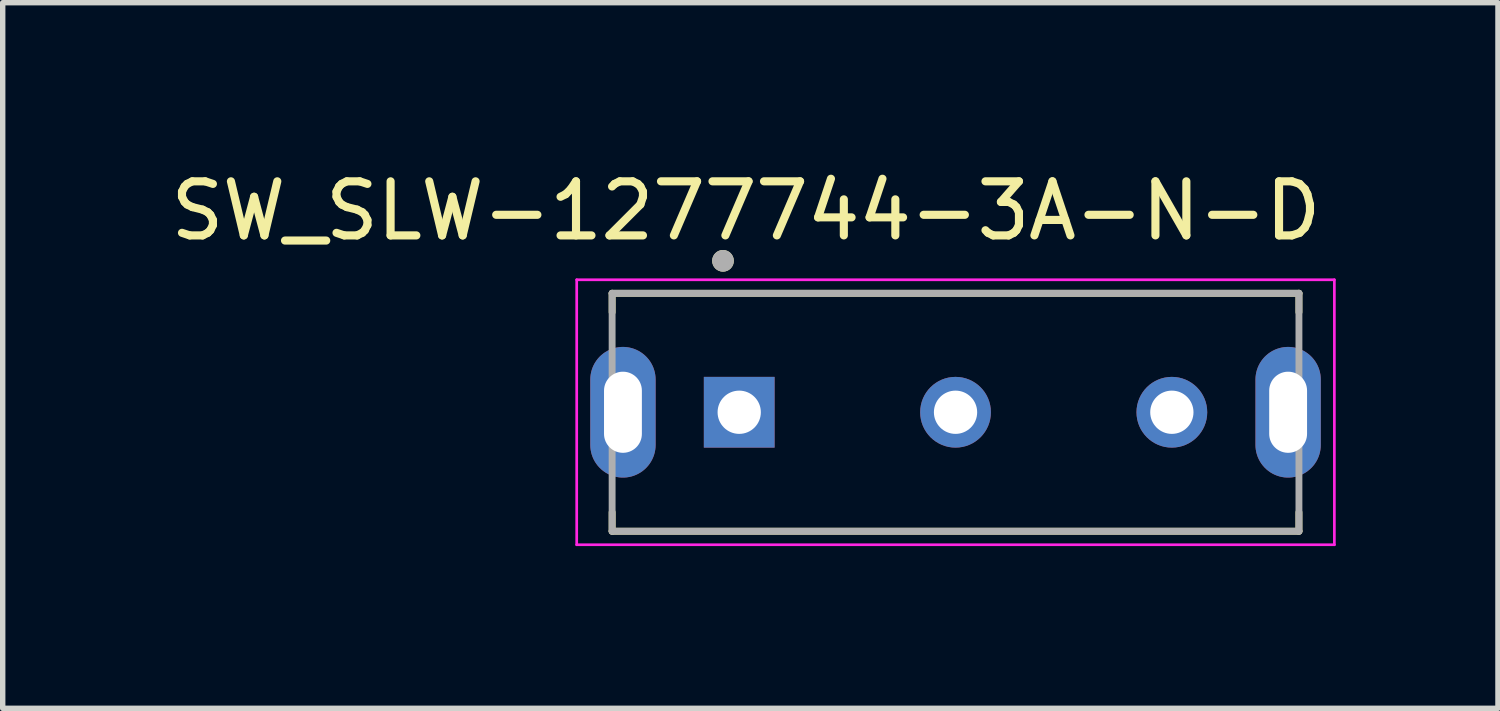
<source format=kicad_pcb>
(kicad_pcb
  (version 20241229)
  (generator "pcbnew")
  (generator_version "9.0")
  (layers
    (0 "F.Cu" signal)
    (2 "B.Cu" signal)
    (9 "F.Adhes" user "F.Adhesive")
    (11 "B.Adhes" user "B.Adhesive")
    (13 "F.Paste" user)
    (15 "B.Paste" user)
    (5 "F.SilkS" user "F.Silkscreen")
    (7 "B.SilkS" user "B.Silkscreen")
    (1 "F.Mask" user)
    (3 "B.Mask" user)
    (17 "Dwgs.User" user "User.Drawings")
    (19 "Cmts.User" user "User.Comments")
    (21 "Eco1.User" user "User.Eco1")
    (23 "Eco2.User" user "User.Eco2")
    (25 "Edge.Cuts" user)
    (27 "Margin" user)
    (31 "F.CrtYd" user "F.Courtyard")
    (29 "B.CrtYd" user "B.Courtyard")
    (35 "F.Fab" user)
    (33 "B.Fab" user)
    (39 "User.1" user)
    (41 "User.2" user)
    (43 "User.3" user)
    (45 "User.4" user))
  (footprint "SW_SLW-1277744-3A-N-D"
    (layer "F.Cu")
    (at 14.619 4.573)
    (property "Reference" "SW_SLW-1277744-3A-N-D" (at -3.875 -3.725 0) (layer "F.SilkS") (effects (font (size 1 1) (thickness 0.15))))
    (attr through_hole)
    (fp_line (start -6.35 -2.2) (end 6.35 -2.2) (stroke (width 0.127) (type solid)) (layer "F.SilkS"))
    (fp_line (start -6.35 -1.85) (end -6.35 -2.2) (stroke (width 0.127) (type solid)) (layer "F.SilkS"))
    (fp_line (start -6.35 1.85) (end -6.35 2.2) (stroke (width 0.127) (type solid)) (layer "F.SilkS"))
    (fp_line (start -6.35 2.2) (end 6.35 2.2) (stroke (width 0.127) (type solid)) (layer "F.SilkS"))
    (fp_line (start 6.35 -2.2) (end 6.35 -1.85) (stroke (width 0.127) (type solid)) (layer "F.SilkS"))
    (fp_line (start 6.35 2.2) (end 6.35 1.85) (stroke (width 0.127) (type solid)) (layer "F.SilkS"))
    (fp_circle (center -4.3 -2.8) (end -4.2 -2.8) (stroke (width 0.2) (type solid)) (fill no) (layer "F.SilkS"))
    (fp_line (start -7.005 -2.45) (end -7.005 2.45) (stroke (width 0.05) (type solid)) (layer "F.CrtYd"))
    (fp_line (start -7.005 2.45) (end 7.005 2.45) (stroke (width 0.05) (type solid)) (layer "F.CrtYd"))
    (fp_line (start 7.005 -2.45) (end -7.005 -2.45) (stroke (width 0.05) (type solid)) (layer "F.CrtYd"))
    (fp_line (start 7.005 2.45) (end 7.005 -2.45) (stroke (width 0.05) (type solid)) (layer "F.CrtYd"))
    (fp_line (start -6.35 -2.2) (end -6.35 2.2) (stroke (width 0.127) (type solid)) (layer "F.Fab"))
    (fp_line (start -6.35 2.2) (end 6.35 2.2) (stroke (width 0.127) (type solid)) (layer "F.Fab"))
    (fp_line (start 6.35 -2.2) (end -6.35 -2.2) (stroke (width 0.127) (type solid)) (layer "F.Fab"))
    (fp_line (start 6.35 2.2) (end 6.35 -2.2) (stroke (width 0.127) (type solid)) (layer "F.Fab"))
    (fp_circle (center -4.3 -2.8) (end -4.2 -2.8) (stroke (width 0.2) (type solid)) (fill no) (layer "F.Fab"))
    (pad "1" thru_hole rect (at -4 0) (size 1.308 1.308) (drill 0.8) (layers "*.Cu" "*.Mask"))
    (pad "2" thru_hole circle (at 0 0) (size 1.308 1.308) (drill 0.8) (layers "*.Cu" "*.Mask"))
    (pad "3" thru_hole circle (at 4 0) (size 1.308 1.308) (drill 0.8) (layers "*.Cu" "*.Mask"))
    (pad "SH1" thru_hole oval (at -6.15 0) (size 1.208 2.416) (drill oval 0.7 1.5) (layers "*.Cu" "*.Mask"))
    (pad "SH2" thru_hole oval (at 6.15 0) (size 1.208 2.416) (drill oval 0.7 1.5) (layers "*.Cu" "*.Mask")))
  (gr_rect
    (start -3 -3)
    (end 24.649 10.048)
    (stroke (width 0.1) (type default))
    (fill no)
    (layer "Edge.Cuts")))
</source>
